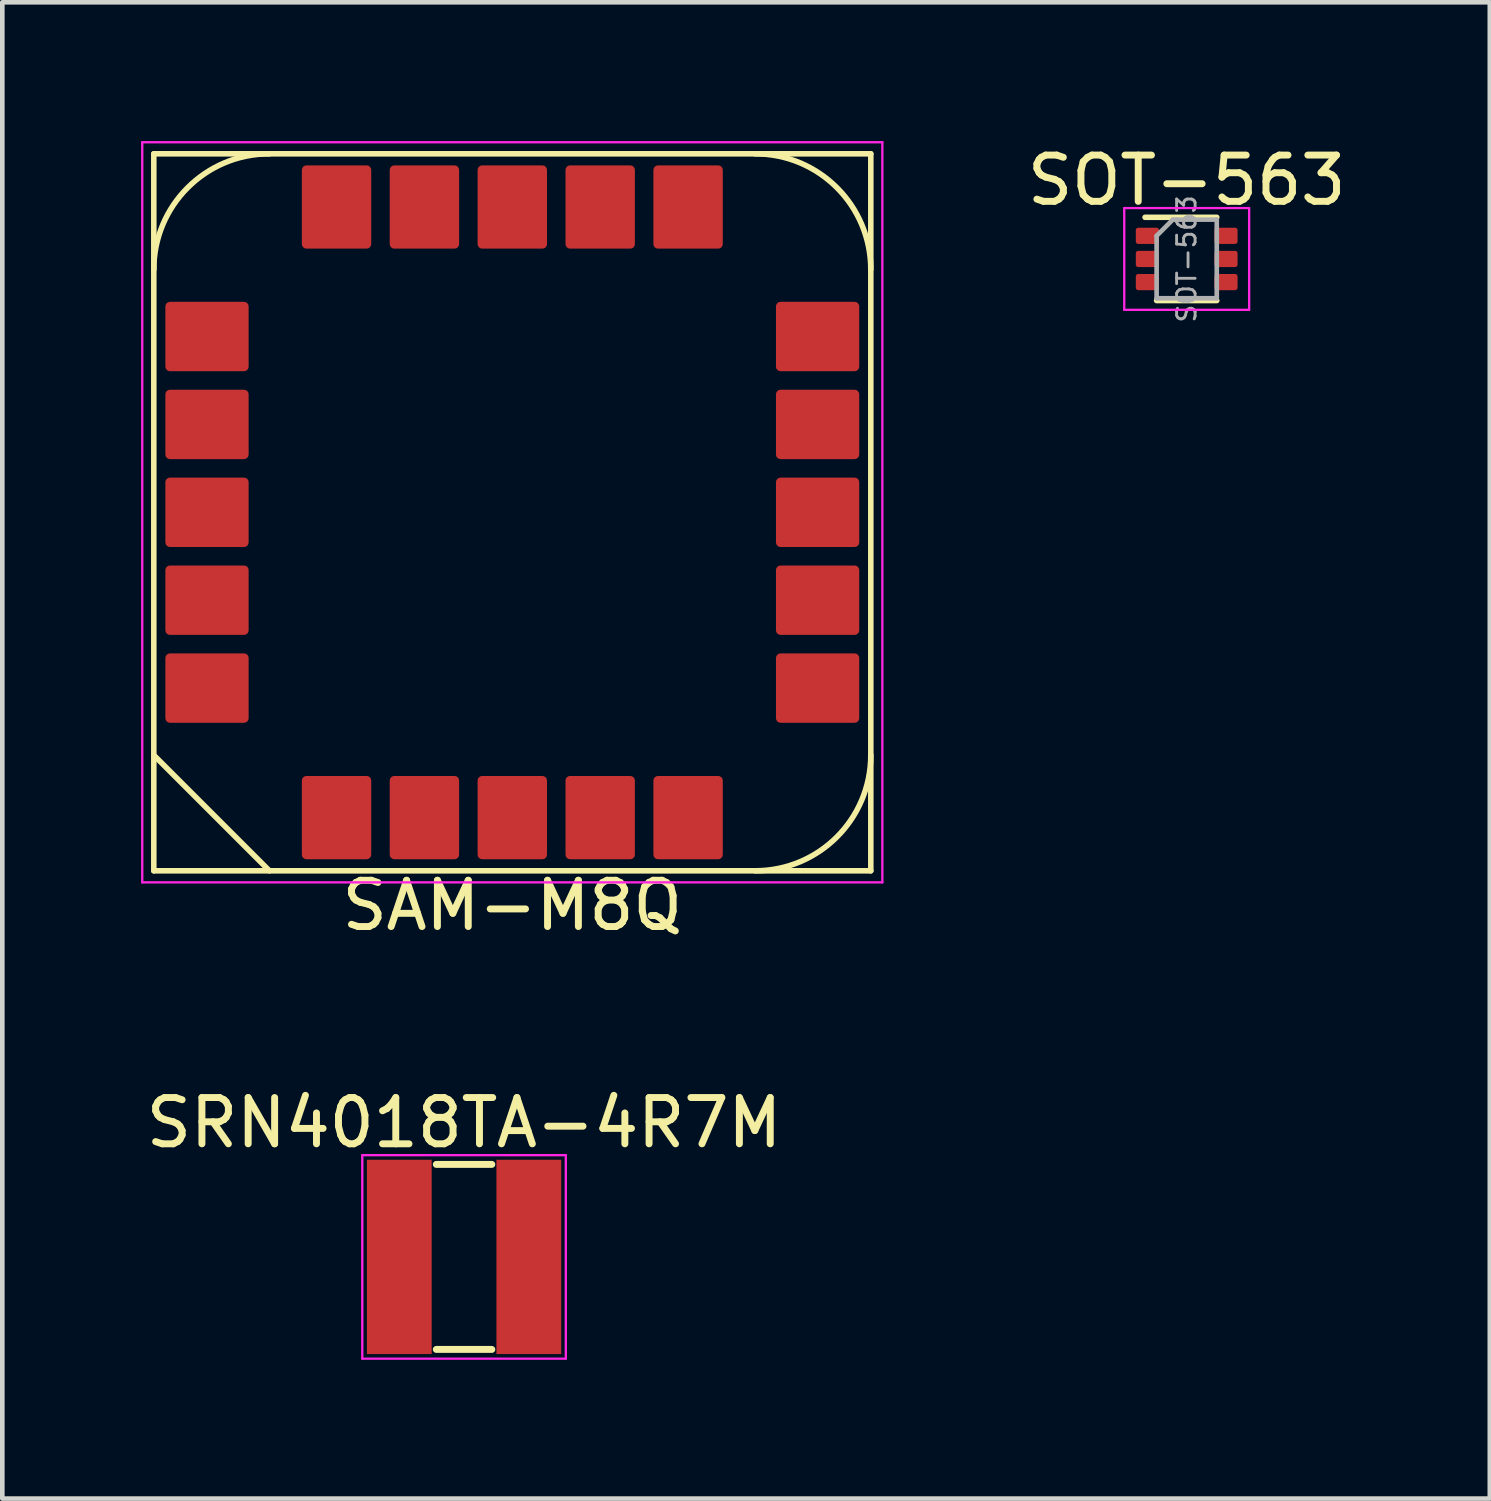
<source format=kicad_pcb>
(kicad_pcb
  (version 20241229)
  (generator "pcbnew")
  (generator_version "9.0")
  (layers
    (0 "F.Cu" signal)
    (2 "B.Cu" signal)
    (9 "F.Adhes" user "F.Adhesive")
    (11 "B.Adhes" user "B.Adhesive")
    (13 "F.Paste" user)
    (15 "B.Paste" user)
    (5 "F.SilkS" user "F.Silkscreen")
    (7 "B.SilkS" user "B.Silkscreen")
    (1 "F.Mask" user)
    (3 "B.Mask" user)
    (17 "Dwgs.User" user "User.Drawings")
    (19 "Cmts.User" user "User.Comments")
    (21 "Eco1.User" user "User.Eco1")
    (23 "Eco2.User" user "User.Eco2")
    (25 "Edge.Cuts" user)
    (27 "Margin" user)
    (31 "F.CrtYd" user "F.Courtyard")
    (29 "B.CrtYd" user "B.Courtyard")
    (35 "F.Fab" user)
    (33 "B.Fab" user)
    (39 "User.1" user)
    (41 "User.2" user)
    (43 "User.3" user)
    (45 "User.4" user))
  (footprint "SOT-563"
    (layer "F.Cu")
    (at 22.604 2.548)
    (property "Reference" "SOT-563" (at 0 -1.7 0) (layer "F.SilkS") (effects (font (size 1 1) (thickness 0.15))))
    (attr smd)
    (fp_line (start -0.9 -0.9) (end 0.65 -0.9) (stroke (width 0.12) (type solid)) (layer "F.SilkS"))
    (fp_line (start 0.65 0.9) (end -0.65 0.9) (stroke (width 0.12) (type solid)) (layer "F.SilkS"))
    (fp_line (start -1.35 -1.1) (end -1.35 1.1) (stroke (width 0.05) (type solid)) (layer "F.CrtYd"))
    (fp_line (start -1.35 -1.1) (end 1.35 -1.1) (stroke (width 0.05) (type solid)) (layer "F.CrtYd"))
    (fp_line (start 1.35 1.1) (end -1.35 1.1) (stroke (width 0.05) (type solid)) (layer "F.CrtYd"))
    (fp_line (start 1.35 1.1) (end 1.35 -1.1) (stroke (width 0.05) (type solid)) (layer "F.CrtYd"))
    (fp_line (start -0.65 -0.5) (end -0.65 0.85) (stroke (width 0.1) (type solid)) (layer "F.Fab"))
    (fp_line (start -0.65 -0.5) (end -0.3 -0.85) (stroke (width 0.1) (type solid)) (layer "F.Fab"))
    (fp_line (start -0.65 0.85) (end 0.65 0.85) (stroke (width 0.1) (type solid)) (layer "F.Fab"))
    (fp_line (start 0.65 -0.85) (end -0.3 -0.85) (stroke (width 0.1) (type solid)) (layer "F.Fab"))
    (fp_line (start 0.65 0.85) (end 0.65 -0.85) (stroke (width 0.1) (type solid)) (layer "F.Fab"))
    (fp_text user "${REFERENCE}" (at 0 0 90) (layer "F.Fab") (effects (font (size 0.4 0.4) (thickness 0.062))))
    (pad "1" smd roundrect (at -0.85 -0.5) (size 0.5 0.35) (layers "F.Cu" "F.Mask" "F.Paste") (roundrect_rratio 0.15))
    (pad "2" smd roundrect (at -0.85 0) (size 0.5 0.35) (layers "F.Cu" "F.Mask" "F.Paste") (roundrect_rratio 0.15))
    (pad "3" smd roundrect (at -0.85 0.5) (size 0.5 0.35) (layers "F.Cu" "F.Mask" "F.Paste") (roundrect_rratio 0.15))
    (pad "4" smd roundrect (at 0.85 0.5) (size 0.5 0.35) (layers "F.Cu" "F.Mask" "F.Paste") (roundrect_rratio 0.15))
    (pad "5" smd roundrect (at 0.85 0) (size 0.5 0.35) (layers "F.Cu" "F.Mask" "F.Paste") (roundrect_rratio 0.15))
    (pad "6" smd roundrect (at 0.85 -0.5) (size 0.5 0.35) (layers "F.Cu" "F.Mask" "F.Paste") (roundrect_rratio 0.15)))
  (footprint "SAM-M8Q"
    (layer "F.Cu")
    (at 8.025 8.025)
    (property "Reference" "SAM-M8Q" (at 0 8.5 0) (layer "F.SilkS") (effects (font (size 1 1) (thickness 0.15))))
    (attr through_hole)
    (fp_line (start -7.75 -7.75) (end 7.75 -7.75) (stroke (width 0.12) (type solid)) (layer "F.SilkS"))
    (fp_line (start -7.75 7.75) (end -7.75 -7.75) (stroke (width 0.12) (type solid)) (layer "F.SilkS"))
    (fp_line (start -5.25 7.75) (end -7.75 5.25) (stroke (width 0.12) (type solid)) (layer "F.SilkS"))
    (fp_line (start 7.75 -7.75) (end 7.75 7.75) (stroke (width 0.12) (type solid)) (layer "F.SilkS"))
    (fp_line (start 7.75 7.75) (end -7.75 7.75) (stroke (width 0.12) (type solid)) (layer "F.SilkS"))
    (fp_arc (start -7.75 -5.25) (mid -7.017767 -7.017767) (end -5.25 -7.75) (stroke (width 0.12) (type solid)) (layer "F.SilkS"))
    (fp_arc (start 5.25 -7.75) (mid 7.017767 -7.017767) (end 7.75 -5.25) (stroke (width 0.12) (type solid)) (layer "F.SilkS"))
    (fp_arc (start 7.75 5.25) (mid 7.017767 7.017767) (end 5.25 7.75) (stroke (width 0.12) (type solid)) (layer "F.SilkS"))
    (fp_line (start -8 -8) (end 8 -8) (stroke (width 0.05) (type solid)) (layer "F.CrtYd"))
    (fp_line (start -8 8) (end -8 -8) (stroke (width 0.05) (type solid)) (layer "F.CrtYd"))
    (fp_line (start 8 -8) (end 8 8) (stroke (width 0.05) (type solid)) (layer "F.CrtYd"))
    (fp_line (start 8 8) (end -8 8) (stroke (width 0.05) (type solid)) (layer "F.CrtYd"))
    (pad "" smd roundrect (at -7.1 -4.225 90) (size 0.58 0.72) (layers "F.Paste") (roundrect_rratio 0.066))
    (pad "" smd roundrect (at -7.1 -3.375 90) (size 0.58 0.72) (layers "F.Paste") (roundrect_rratio 0.066))
    (pad "" smd roundrect (at -7.1 -2.325 90) (size 0.58 0.72) (layers "F.Paste") (roundrect_rratio 0.066))
    (pad "" smd roundrect (at -7.1 -1.475 90) (size 0.58 0.72) (layers "F.Paste") (roundrect_rratio 0.066))
    (pad "" smd roundrect (at -7.1 -0.425 90) (size 0.58 0.72) (layers "F.Paste") (roundrect_rratio 0.066))
    (pad "" smd roundrect (at -7.1 0.425 90) (size 0.58 0.72) (layers "F.Paste") (roundrect_rratio 0.066))
    (pad "" smd roundrect (at -7.1 1.475 90) (size 0.58 0.72) (layers "F.Paste") (roundrect_rratio 0.066))
    (pad "" smd roundrect (at -7.1 2.325 90) (size 0.58 0.72) (layers "F.Paste") (roundrect_rratio 0.066))
    (pad "" smd roundrect (at -7.1 3.375 90) (size 0.58 0.72) (layers "F.Paste") (roundrect_rratio 0.066))
    (pad "" smd roundrect (at -7.1 4.225 90) (size 0.58 0.72) (layers "F.Paste") (roundrect_rratio 0.066))
    (pad "" smd roundrect (at -6.1 -4.225 90) (size 0.58 0.72) (layers "F.Paste") (roundrect_rratio 0.066))
    (pad "" smd roundrect (at -6.1 -3.375 90) (size 0.58 0.72) (layers "F.Paste") (roundrect_rratio 0.066))
    (pad "" smd roundrect (at -6.1 -2.325 90) (size 0.58 0.72) (layers "F.Paste") (roundrect_rratio 0.066))
    (pad "" smd roundrect (at -6.1 -1.475 90) (size 0.58 0.72) (layers "F.Paste") (roundrect_rratio 0.066))
    (pad "" smd roundrect (at -6.1 -0.425 90) (size 0.58 0.72) (layers "F.Paste") (roundrect_rratio 0.066))
    (pad "" smd roundrect (at -6.1 0.425 90) (size 0.58 0.72) (layers "F.Paste") (roundrect_rratio 0.066))
    (pad "" smd roundrect (at -6.1 1.475 90) (size 0.58 0.72) (layers "F.Paste") (roundrect_rratio 0.066))
    (pad "" smd roundrect (at -6.1 2.325 90) (size 0.58 0.72) (layers "F.Paste") (roundrect_rratio 0.066))
    (pad "" smd roundrect (at -6.1 3.375 90) (size 0.58 0.72) (layers "F.Paste") (roundrect_rratio 0.066))
    (pad "" smd roundrect (at -6.1 4.225 90) (size 0.58 0.72) (layers "F.Paste") (roundrect_rratio 0.066))
    (pad "" smd roundrect (at -4.225 -7.1) (size 0.58 0.72) (layers "F.Paste") (roundrect_rratio 0.066))
    (pad "" smd roundrect (at -4.225 -6.1) (size 0.58 0.72) (layers "F.Paste") (roundrect_rratio 0.066))
    (pad "" smd roundrect (at -4.225 6.1) (size 0.58 0.72) (layers "F.Paste") (roundrect_rratio 0.066))
    (pad "" smd roundrect (at -4.225 7.1) (size 0.58 0.72) (layers "F.Paste") (roundrect_rratio 0.066))
    (pad "" smd roundrect (at -3.375 -7.1) (size 0.58 0.72) (layers "F.Paste") (roundrect_rratio 0.066))
    (pad "" smd roundrect (at -3.375 -6.1) (size 0.58 0.72) (layers "F.Paste") (roundrect_rratio 0.066))
    (pad "" smd roundrect (at -3.375 6.1) (size 0.58 0.72) (layers "F.Paste") (roundrect_rratio 0.066))
    (pad "" smd roundrect (at -3.375 7.1) (size 0.58 0.72) (layers "F.Paste") (roundrect_rratio 0.066))
    (pad "" smd roundrect (at -2.325 -7.1) (size 0.58 0.72) (layers "F.Paste") (roundrect_rratio 0.066))
    (pad "" smd roundrect (at -2.325 -6.1) (size 0.58 0.72) (layers "F.Paste") (roundrect_rratio 0.066))
    (pad "" smd roundrect (at -2.325 6.1) (size 0.58 0.72) (layers "F.Paste") (roundrect_rratio 0.066))
    (pad "" smd roundrect (at -2.325 7.1) (size 0.58 0.72) (layers "F.Paste") (roundrect_rratio 0.066))
    (pad "" smd roundrect (at -1.475 -7.1) (size 0.58 0.72) (layers "F.Paste") (roundrect_rratio 0.066))
    (pad "" smd roundrect (at -1.475 -6.1) (size 0.58 0.72) (layers "F.Paste") (roundrect_rratio 0.066))
    (pad "" smd roundrect (at -1.475 6.1) (size 0.58 0.72) (layers "F.Paste") (roundrect_rratio 0.066))
    (pad "" smd roundrect (at -1.475 7.1) (size 0.58 0.72) (layers "F.Paste") (roundrect_rratio 0.066))
    (pad "" smd roundrect (at -0.425 -7.1) (size 0.58 0.72) (layers "F.Paste") (roundrect_rratio 0.066))
    (pad "" smd roundrect (at -0.425 -6.1) (size 0.58 0.72) (layers "F.Paste") (roundrect_rratio 0.066))
    (pad "" smd roundrect (at -0.425 6.1) (size 0.58 0.72) (layers "F.Paste") (roundrect_rratio 0.066))
    (pad "" smd roundrect (at -0.425 7.1) (size 0.58 0.72) (layers "F.Paste") (roundrect_rratio 0.066))
    (pad "" smd roundrect (at 0.425 -7.1) (size 0.58 0.72) (layers "F.Paste") (roundrect_rratio 0.066))
    (pad "" smd roundrect (at 0.425 -6.1) (size 0.58 0.72) (layers "F.Paste") (roundrect_rratio 0.066))
    (pad "" smd roundrect (at 0.425 6.1) (size 0.58 0.72) (layers "F.Paste") (roundrect_rratio 0.066))
    (pad "" smd roundrect (at 0.425 7.1) (size 0.58 0.72) (layers "F.Paste") (roundrect_rratio 0.066))
    (pad "" smd roundrect (at 1.475 -7.1) (size 0.58 0.72) (layers "F.Paste") (roundrect_rratio 0.066))
    (pad "" smd roundrect (at 1.475 -6.1) (size 0.58 0.72) (layers "F.Paste") (roundrect_rratio 0.066))
    (pad "" smd roundrect (at 1.475 6.1) (size 0.58 0.72) (layers "F.Paste") (roundrect_rratio 0.066))
    (pad "" smd roundrect (at 1.475 7.1) (size 0.58 0.72) (layers "F.Paste") (roundrect_rratio 0.066))
    (pad "" smd roundrect (at 2.325 -7.1) (size 0.58 0.72) (layers "F.Paste") (roundrect_rratio 0.066))
    (pad "" smd roundrect (at 2.325 -6.1) (size 0.58 0.72) (layers "F.Paste") (roundrect_rratio 0.066))
    (pad "" smd roundrect (at 2.325 6.1) (size 0.58 0.72) (layers "F.Paste") (roundrect_rratio 0.066))
    (pad "" smd roundrect (at 2.325 7.1) (size 0.58 0.72) (layers "F.Paste") (roundrect_rratio 0.066))
    (pad "" smd roundrect (at 3.375 -7.1) (size 0.58 0.72) (layers "F.Paste") (roundrect_rratio 0.066))
    (pad "" smd roundrect (at 3.375 -6.1) (size 0.58 0.72) (layers "F.Paste") (roundrect_rratio 0.066))
    (pad "" smd roundrect (at 3.375 6.1) (size 0.58 0.72) (layers "F.Paste") (roundrect_rratio 0.066))
    (pad "" smd roundrect (at 3.375 7.1) (size 0.58 0.72) (layers "F.Paste") (roundrect_rratio 0.066))
    (pad "" smd roundrect (at 4.225 -7.1) (size 0.58 0.72) (layers "F.Paste") (roundrect_rratio 0.066))
    (pad "" smd roundrect (at 4.225 -6.1) (size 0.58 0.72) (layers "F.Paste") (roundrect_rratio 0.066))
    (pad "" smd roundrect (at 4.225 6.1) (size 0.58 0.72) (layers "F.Paste") (roundrect_rratio 0.066))
    (pad "" smd roundrect (at 4.225 7.1) (size 0.58 0.72) (layers "F.Paste") (roundrect_rratio 0.066))
    (pad "" smd roundrect (at 6.1 -4.225 90) (size 0.58 0.72) (layers "F.Paste") (roundrect_rratio 0.066))
    (pad "" smd roundrect (at 6.1 -3.375 90) (size 0.58 0.72) (layers "F.Paste") (roundrect_rratio 0.066))
    (pad "" smd roundrect (at 6.1 -2.325 90) (size 0.58 0.72) (layers "F.Paste") (roundrect_rratio 0.066))
    (pad "" smd roundrect (at 6.1 -1.475 90) (size 0.58 0.72) (layers "F.Paste") (roundrect_rratio 0.066))
    (pad "" smd roundrect (at 6.1 -0.425 90) (size 0.58 0.72) (layers "F.Paste") (roundrect_rratio 0.066))
    (pad "" smd roundrect (at 6.1 0.425 90) (size 0.58 0.72) (layers "F.Paste") (roundrect_rratio 0.066))
    (pad "" smd roundrect (at 6.1 1.475 90) (size 0.58 0.72) (layers "F.Paste") (roundrect_rratio 0.066))
    (pad "" smd roundrect (at 6.1 2.325 90) (size 0.58 0.72) (layers "F.Paste") (roundrect_rratio 0.066))
    (pad "" smd roundrect (at 6.1 3.375 90) (size 0.58 0.72) (layers "F.Paste") (roundrect_rratio 0.066))
    (pad "" smd roundrect (at 6.1 4.225 90) (size 0.58 0.72) (layers "F.Paste") (roundrect_rratio 0.066))
    (pad "" smd roundrect (at 7.1 -4.225 90) (size 0.58 0.72) (layers "F.Paste") (roundrect_rratio 0.066))
    (pad "" smd roundrect (at 7.1 -3.375 90) (size 0.58 0.72) (layers "F.Paste") (roundrect_rratio 0.066))
    (pad "" smd roundrect (at 7.1 -2.325 90) (size 0.58 0.72) (layers "F.Paste") (roundrect_rratio 0.066))
    (pad "" smd roundrect (at 7.1 -1.475 90) (size 0.58 0.72) (layers "F.Paste") (roundrect_rratio 0.066))
    (pad "" smd roundrect (at 7.1 -0.425 90) (size 0.58 0.72) (layers "F.Paste") (roundrect_rratio 0.066))
    (pad "" smd roundrect (at 7.1 0.425 90) (size 0.58 0.72) (layers "F.Paste") (roundrect_rratio 0.066))
    (pad "" smd roundrect (at 7.1 1.475 90) (size 0.58 0.72) (layers "F.Paste") (roundrect_rratio 0.066))
    (pad "" smd roundrect (at 7.1 2.325 90) (size 0.58 0.72) (layers "F.Paste") (roundrect_rratio 0.066))
    (pad "" smd roundrect (at 7.1 3.375 90) (size 0.58 0.72) (layers "F.Paste") (roundrect_rratio 0.066))
    (pad "" smd roundrect (at 7.1 4.225 90) (size 0.58 0.72) (layers "F.Paste") (roundrect_rratio 0.066))
    (pad "1" smd roundrect (at -3.8 6.6) (size 1.5 1.8) (layers "F.Cu" "F.Mask") (roundrect_rratio 0.066))
    (pad "2" smd roundrect (at -1.9 6.6) (size 1.5 1.8) (layers "F.Cu" "F.Mask") (roundrect_rratio 0.066))
    (pad "3" smd roundrect (at 0 6.6) (size 1.5 1.8) (layers "F.Cu" "F.Mask") (roundrect_rratio 0.066))
    (pad "4" smd roundrect (at 1.9 6.6) (size 1.5 1.8) (layers "F.Cu" "F.Mask") (roundrect_rratio 0.066))
    (pad "5" smd roundrect (at 3.8 6.6) (size 1.5 1.8) (layers "F.Cu" "F.Mask") (roundrect_rratio 0.066))
    (pad "6" smd roundrect (at 6.6 3.8 90) (size 1.5 1.8) (layers "F.Cu" "F.Mask") (roundrect_rratio 0.066))
    (pad "7" smd roundrect (at 6.6 1.9 90) (size 1.5 1.8) (layers "F.Cu" "F.Mask") (roundrect_rratio 0.066))
    (pad "8" smd roundrect (at 6.6 0 90) (size 1.5 1.8) (layers "F.Cu" "F.Mask") (roundrect_rratio 0.066))
    (pad "9" smd roundrect (at 6.6 -1.9 90) (size 1.5 1.8) (layers "F.Cu" "F.Mask") (roundrect_rratio 0.066))
    (pad "10" smd roundrect (at 6.6 -3.8 90) (size 1.5 1.8) (layers "F.Cu" "F.Mask") (roundrect_rratio 0.066))
    (pad "11" smd roundrect (at 3.8 -6.6) (size 1.5 1.8) (layers "F.Cu" "F.Mask") (roundrect_rratio 0.066))
    (pad "12" smd roundrect (at 1.9 -6.6) (size 1.5 1.8) (layers "F.Cu" "F.Mask") (roundrect_rratio 0.066))
    (pad "13" smd roundrect (at 0 -6.6) (size 1.5 1.8) (layers "F.Cu" "F.Mask") (roundrect_rratio 0.066))
    (pad "14" smd roundrect (at -1.9 -6.6) (size 1.5 1.8) (layers "F.Cu" "F.Mask") (roundrect_rratio 0.066))
    (pad "15" smd roundrect (at -3.8 -6.6) (size 1.5 1.8) (layers "F.Cu" "F.Mask") (roundrect_rratio 0.066))
    (pad "16" smd roundrect (at -6.6 -3.8 90) (size 1.5 1.8) (layers "F.Cu" "F.Mask") (roundrect_rratio 0.066))
    (pad "17" smd roundrect (at -6.6 -1.9 90) (size 1.5 1.8) (layers "F.Cu" "F.Mask") (roundrect_rratio 0.066))
    (pad "18" smd roundrect (at -6.6 0 90) (size 1.5 1.8) (layers "F.Cu" "F.Mask") (roundrect_rratio 0.066))
    (pad "19" smd roundrect (at -6.6 1.9 90) (size 1.5 1.8) (layers "F.Cu" "F.Mask") (roundrect_rratio 0.066))
    (pad "20" smd roundrect (at -6.6 3.8 90) (size 1.5 1.8) (layers "F.Cu" "F.Mask") (roundrect_rratio 0.066)))
  (footprint "SRN4018TA-4R7M"
    (layer "F.Cu")
    (at 6.982 24.122)
    (property "Reference" "SRN4018TA-4R7M" (at 0 -2.9 0) (layer "F.SilkS") (effects (font (size 1 1) (thickness 0.15))))
    (attr through_hole)
    (fp_line (start -0.6 -2) (end 0.6 -2) (stroke (width 0.15) (type solid)) (layer "F.SilkS"))
    (fp_line (start -0.6 2) (end 0.6 2) (stroke (width 0.15) (type solid)) (layer "F.SilkS"))
    (fp_line (start -2.2 -2.2) (end 2.2 -2.2) (stroke (width 0.05) (type solid)) (layer "F.CrtYd"))
    (fp_line (start -2.2 2.2) (end -2.2 -2.2) (stroke (width 0.05) (type solid)) (layer "F.CrtYd"))
    (fp_line (start 2.2 -2.2) (end 2.2 2.2) (stroke (width 0.05) (type solid)) (layer "F.CrtYd"))
    (fp_line (start 2.2 2.2) (end -2.2 2.2) (stroke (width 0.05) (type solid)) (layer "F.CrtYd"))
    (pad "1" smd rect (at -1.4 0) (size 1.4 4.2) (layers "F.Cu" "F.Mask" "F.Paste"))
    (pad "2" smd rect (at 1.4 0) (size 1.4 4.2) (layers "F.Cu" "F.Mask" "F.Paste")))
  (gr_rect
    (start -3 -3)
    (end 29.157 29.346)
    (stroke (width 0.1) (type default))
    (fill no)
    (layer "Edge.Cuts")))
</source>
